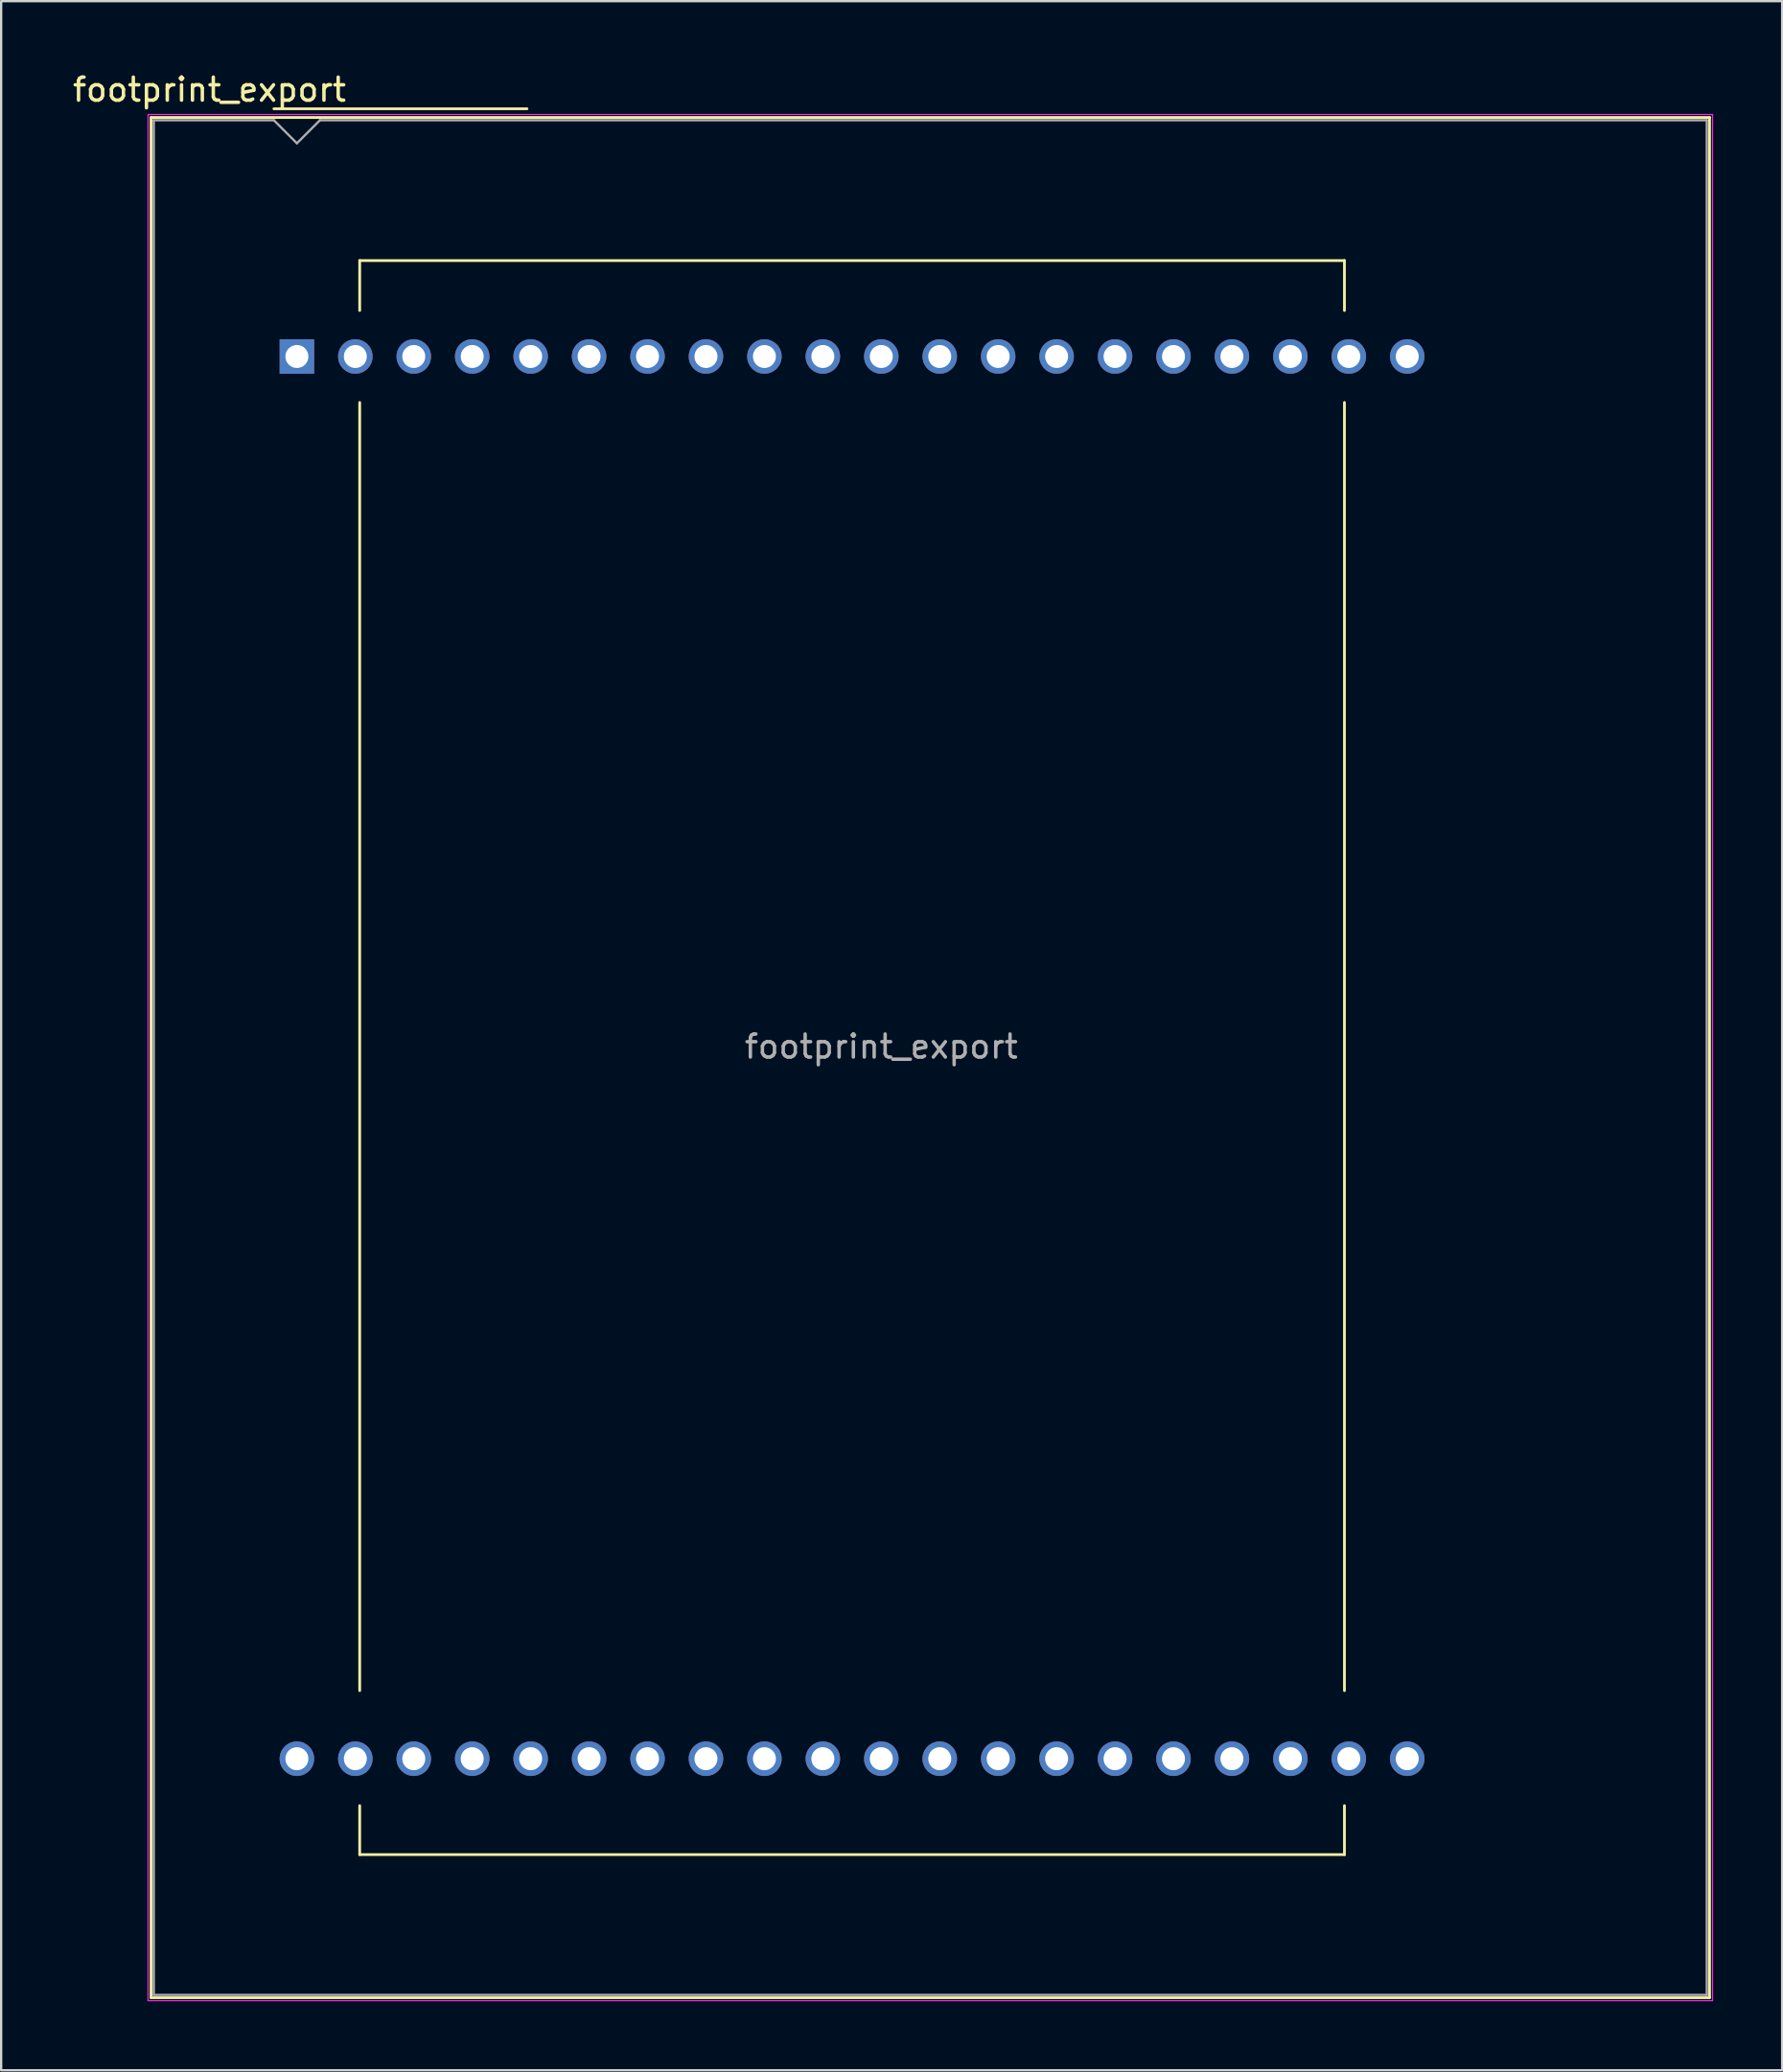
<source format=kicad_pcb>
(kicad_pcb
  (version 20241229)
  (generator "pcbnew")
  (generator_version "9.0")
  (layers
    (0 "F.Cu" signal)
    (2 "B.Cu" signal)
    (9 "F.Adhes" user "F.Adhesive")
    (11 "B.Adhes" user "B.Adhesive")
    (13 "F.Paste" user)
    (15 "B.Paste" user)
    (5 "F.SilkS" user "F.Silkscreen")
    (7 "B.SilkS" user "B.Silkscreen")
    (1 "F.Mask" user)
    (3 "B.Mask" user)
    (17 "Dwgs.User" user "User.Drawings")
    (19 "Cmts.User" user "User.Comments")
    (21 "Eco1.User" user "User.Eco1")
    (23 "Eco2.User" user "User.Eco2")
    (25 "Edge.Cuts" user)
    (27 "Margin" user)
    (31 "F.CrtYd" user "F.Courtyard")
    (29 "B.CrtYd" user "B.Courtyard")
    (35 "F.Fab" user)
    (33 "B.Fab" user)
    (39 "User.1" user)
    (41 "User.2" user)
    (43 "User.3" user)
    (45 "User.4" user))
  (footprint "footprint_export"
    (layer "F.Cu")
    (at 9.854 12.448)
    (property "Reference" "footprint_export" (at -3.8 -11.6 0) (layer "F.SilkS") (effects (font (size 1 1) (thickness 0.15))))
    (attr through_hole)
    (fp_line (start -6.34 -10.39) (end 61.4 -10.39) (stroke (width 0.12) (type solid)) (layer "F.SilkS"))
    (fp_line (start -6.34 71.35) (end -6.34 -10.39) (stroke (width 0.12) (type solid)) (layer "F.SilkS"))
    (fp_line (start -1 -10.77) (end 10 -10.77) (stroke (width 0.12) (type solid)) (layer "F.SilkS"))
    (fp_line (start 2.73 -4.17) (end 2.73 -2) (stroke (width 0.12) (type solid)) (layer "F.SilkS"))
    (fp_line (start 2.73 -4.17) (end 45.53 -4.17) (stroke (width 0.12) (type solid)) (layer "F.SilkS"))
    (fp_line (start 2.73 2) (end 2.73 58) (stroke (width 0.12) (type solid)) (layer "F.SilkS"))
    (fp_line (start 2.73 63) (end 2.73 65.13) (stroke (width 0.12) (type solid)) (layer "F.SilkS"))
    (fp_line (start 45.53 -4.175) (end 45.53 -2) (stroke (width 0.12) (type solid)) (layer "F.SilkS"))
    (fp_line (start 45.53 2) (end 45.53 58) (stroke (width 0.12) (type solid)) (layer "F.SilkS"))
    (fp_line (start 45.53 63) (end 45.53 65.13) (stroke (width 0.12) (type solid)) (layer "F.SilkS"))
    (fp_line (start 45.53 65.13) (end 2.73 65.13) (stroke (width 0.12) (type solid)) (layer "F.SilkS"))
    (fp_line (start 61.4 -10.39) (end 61.4 71.35) (stroke (width 0.12) (type solid)) (layer "F.SilkS"))
    (fp_line (start 61.4 71.35) (end -6.34 71.35) (stroke (width 0.12) (type solid)) (layer "F.SilkS"))
    (fp_line (start -6.47 -10.52) (end 61.53 -10.52) (stroke (width 0.05) (type solid)) (layer "F.CrtYd"))
    (fp_line (start -6.47 71.48) (end -6.47 -10.52) (stroke (width 0.05) (type solid)) (layer "F.CrtYd"))
    (fp_line (start 61.53 -10.52) (end 61.53 71.48) (stroke (width 0.05) (type solid)) (layer "F.CrtYd"))
    (fp_line (start 61.53 71.48) (end -6.47 71.48) (stroke (width 0.05) (type solid)) (layer "F.CrtYd"))
    (fp_line (start -6.22 71.23) (end -6.22 -10.27) (stroke (width 0.1) (type solid)) (layer "F.Fab"))
    (fp_line (start -1 -10.27) (end -6.22 -10.27) (stroke (width 0.1) (type solid)) (layer "F.Fab"))
    (fp_line (start -1 -10.27) (end 0 -9.27) (stroke (width 0.1) (type solid)) (layer "F.Fab"))
    (fp_line (start 0 -9.27) (end 1 -10.27) (stroke (width 0.1) (type solid)) (layer "F.Fab"))
    (fp_line (start 1 -10.27) (end 61.28 -10.27) (stroke (width 0.1) (type solid)) (layer "F.Fab"))
    (fp_line (start 61.28 -10.27) (end 61.28 71.23) (stroke (width 0.1) (type solid)) (layer "F.Fab"))
    (fp_line (start 61.28 71.23) (end -6.22 71.23) (stroke (width 0.1) (type solid)) (layer "F.Fab"))
    (fp_text user "${REFERENCE}" (at 25.4 30 0) (layer "F.Fab") (effects (font (size 1 1) (thickness 0.15))))
    (pad "1" thru_hole rect (at 0 0) (size 1.5 1.5) (drill 1) (layers "*.Cu" "*.Mask"))
    (pad "2" thru_hole circle (at 2.54 0) (size 1.5 1.5) (drill 1) (layers "*.Cu" "*.Mask"))
    (pad "3" thru_hole circle (at 5.08 0) (size 1.5 1.5) (drill 1) (layers "*.Cu" "*.Mask"))
    (pad "4" thru_hole circle (at 7.62 0) (size 1.5 1.5) (drill 1) (layers "*.Cu" "*.Mask"))
    (pad "5" thru_hole circle (at 10.16 0) (size 1.5 1.5) (drill 1) (layers "*.Cu" "*.Mask"))
    (pad "6" thru_hole circle (at 12.7 0) (size 1.5 1.5) (drill 1) (layers "*.Cu" "*.Mask"))
    (pad "7" thru_hole circle (at 15.24 0) (size 1.5 1.5) (drill 1) (layers "*.Cu" "*.Mask"))
    (pad "8" thru_hole circle (at 17.78 0) (size 1.5 1.5) (drill 1) (layers "*.Cu" "*.Mask"))
    (pad "9" thru_hole circle (at 20.32 0) (size 1.5 1.5) (drill 1) (layers "*.Cu" "*.Mask"))
    (pad "10" thru_hole circle (at 22.86 0) (size 1.5 1.5) (drill 1) (layers "*.Cu" "*.Mask"))
    (pad "11" thru_hole circle (at 25.4 0) (size 1.5 1.5) (drill 1) (layers "*.Cu" "*.Mask"))
    (pad "12" thru_hole circle (at 27.94 0) (size 1.5 1.5) (drill 1) (layers "*.Cu" "*.Mask"))
    (pad "13" thru_hole circle (at 30.48 0) (size 1.5 1.5) (drill 1) (layers "*.Cu" "*.Mask"))
    (pad "14" thru_hole circle (at 33.02 0) (size 1.5 1.5) (drill 1) (layers "*.Cu" "*.Mask"))
    (pad "15" thru_hole circle (at 35.56 0) (size 1.5 1.5) (drill 1) (layers "*.Cu" "*.Mask"))
    (pad "16" thru_hole circle (at 38.1 0) (size 1.5 1.5) (drill 1) (layers "*.Cu" "*.Mask"))
    (pad "17" thru_hole circle (at 40.64 0) (size 1.5 1.5) (drill 1) (layers "*.Cu" "*.Mask"))
    (pad "18" thru_hole circle (at 43.18 0) (size 1.5 1.5) (drill 1) (layers "*.Cu" "*.Mask"))
    (pad "19" thru_hole circle (at 45.72 0) (size 1.5 1.5) (drill 1) (layers "*.Cu" "*.Mask"))
    (pad "20" thru_hole circle (at 48.26 0) (size 1.5 1.5) (drill 1) (layers "*.Cu" "*.Mask"))
    (pad "21" thru_hole circle (at 48.26 60.96) (size 1.5 1.5) (drill 1) (layers "*.Cu" "*.Mask"))
    (pad "22" thru_hole circle (at 45.72 60.96) (size 1.5 1.5) (drill 1) (layers "*.Cu" "*.Mask"))
    (pad "23" thru_hole circle (at 43.18 60.96) (size 1.5 1.5) (drill 1) (layers "*.Cu" "*.Mask"))
    (pad "24" thru_hole circle (at 40.64 60.96) (size 1.5 1.5) (drill 1) (layers "*.Cu" "*.Mask"))
    (pad "25" thru_hole circle (at 38.1 60.96) (size 1.5 1.5) (drill 1) (layers "*.Cu" "*.Mask"))
    (pad "26" thru_hole circle (at 35.56 60.96) (size 1.5 1.5) (drill 1) (layers "*.Cu" "*.Mask"))
    (pad "27" thru_hole circle (at 33.02 60.96) (size 1.5 1.5) (drill 1) (layers "*.Cu" "*.Mask"))
    (pad "28" thru_hole circle (at 30.48 60.96) (size 1.5 1.5) (drill 1) (layers "*.Cu" "*.Mask"))
    (pad "29" thru_hole circle (at 27.94 60.96) (size 1.5 1.5) (drill 1) (layers "*.Cu" "*.Mask"))
    (pad "30" thru_hole circle (at 25.4 60.96) (size 1.5 1.5) (drill 1) (layers "*.Cu" "*.Mask"))
    (pad "31" thru_hole circle (at 22.86 60.96) (size 1.5 1.5) (drill 1) (layers "*.Cu" "*.Mask"))
    (pad "32" thru_hole circle (at 20.32 60.96) (size 1.5 1.5) (drill 1) (layers "*.Cu" "*.Mask"))
    (pad "33" thru_hole circle (at 17.78 60.96) (size 1.5 1.5) (drill 1) (layers "*.Cu" "*.Mask"))
    (pad "34" thru_hole circle (at 15.24 60.96) (size 1.5 1.5) (drill 1) (layers "*.Cu" "*.Mask"))
    (pad "35" thru_hole circle (at 12.7 60.96) (size 1.5 1.5) (drill 1) (layers "*.Cu" "*.Mask"))
    (pad "36" thru_hole circle (at 10.16 60.96) (size 1.5 1.5) (drill 1) (layers "*.Cu" "*.Mask"))
    (pad "37" thru_hole circle (at 7.62 60.96) (size 1.5 1.5) (drill 1) (layers "*.Cu" "*.Mask"))
    (pad "38" thru_hole circle (at 5.08 60.96) (size 1.5 1.5) (drill 1) (layers "*.Cu" "*.Mask"))
    (pad "39" thru_hole circle (at 2.54 60.96) (size 1.5 1.5) (drill 1) (layers "*.Cu" "*.Mask"))
    (pad "40" thru_hole circle (at 0 60.96) (size 1.5 1.5) (drill 1) (layers "*.Cu" "*.Mask")))
  (gr_rect
    (start -3 -3)
    (end 74.409 86.953)
    (stroke (width 0.1) (type default))
    (fill no)
    (layer "Edge.Cuts")))
</source>
